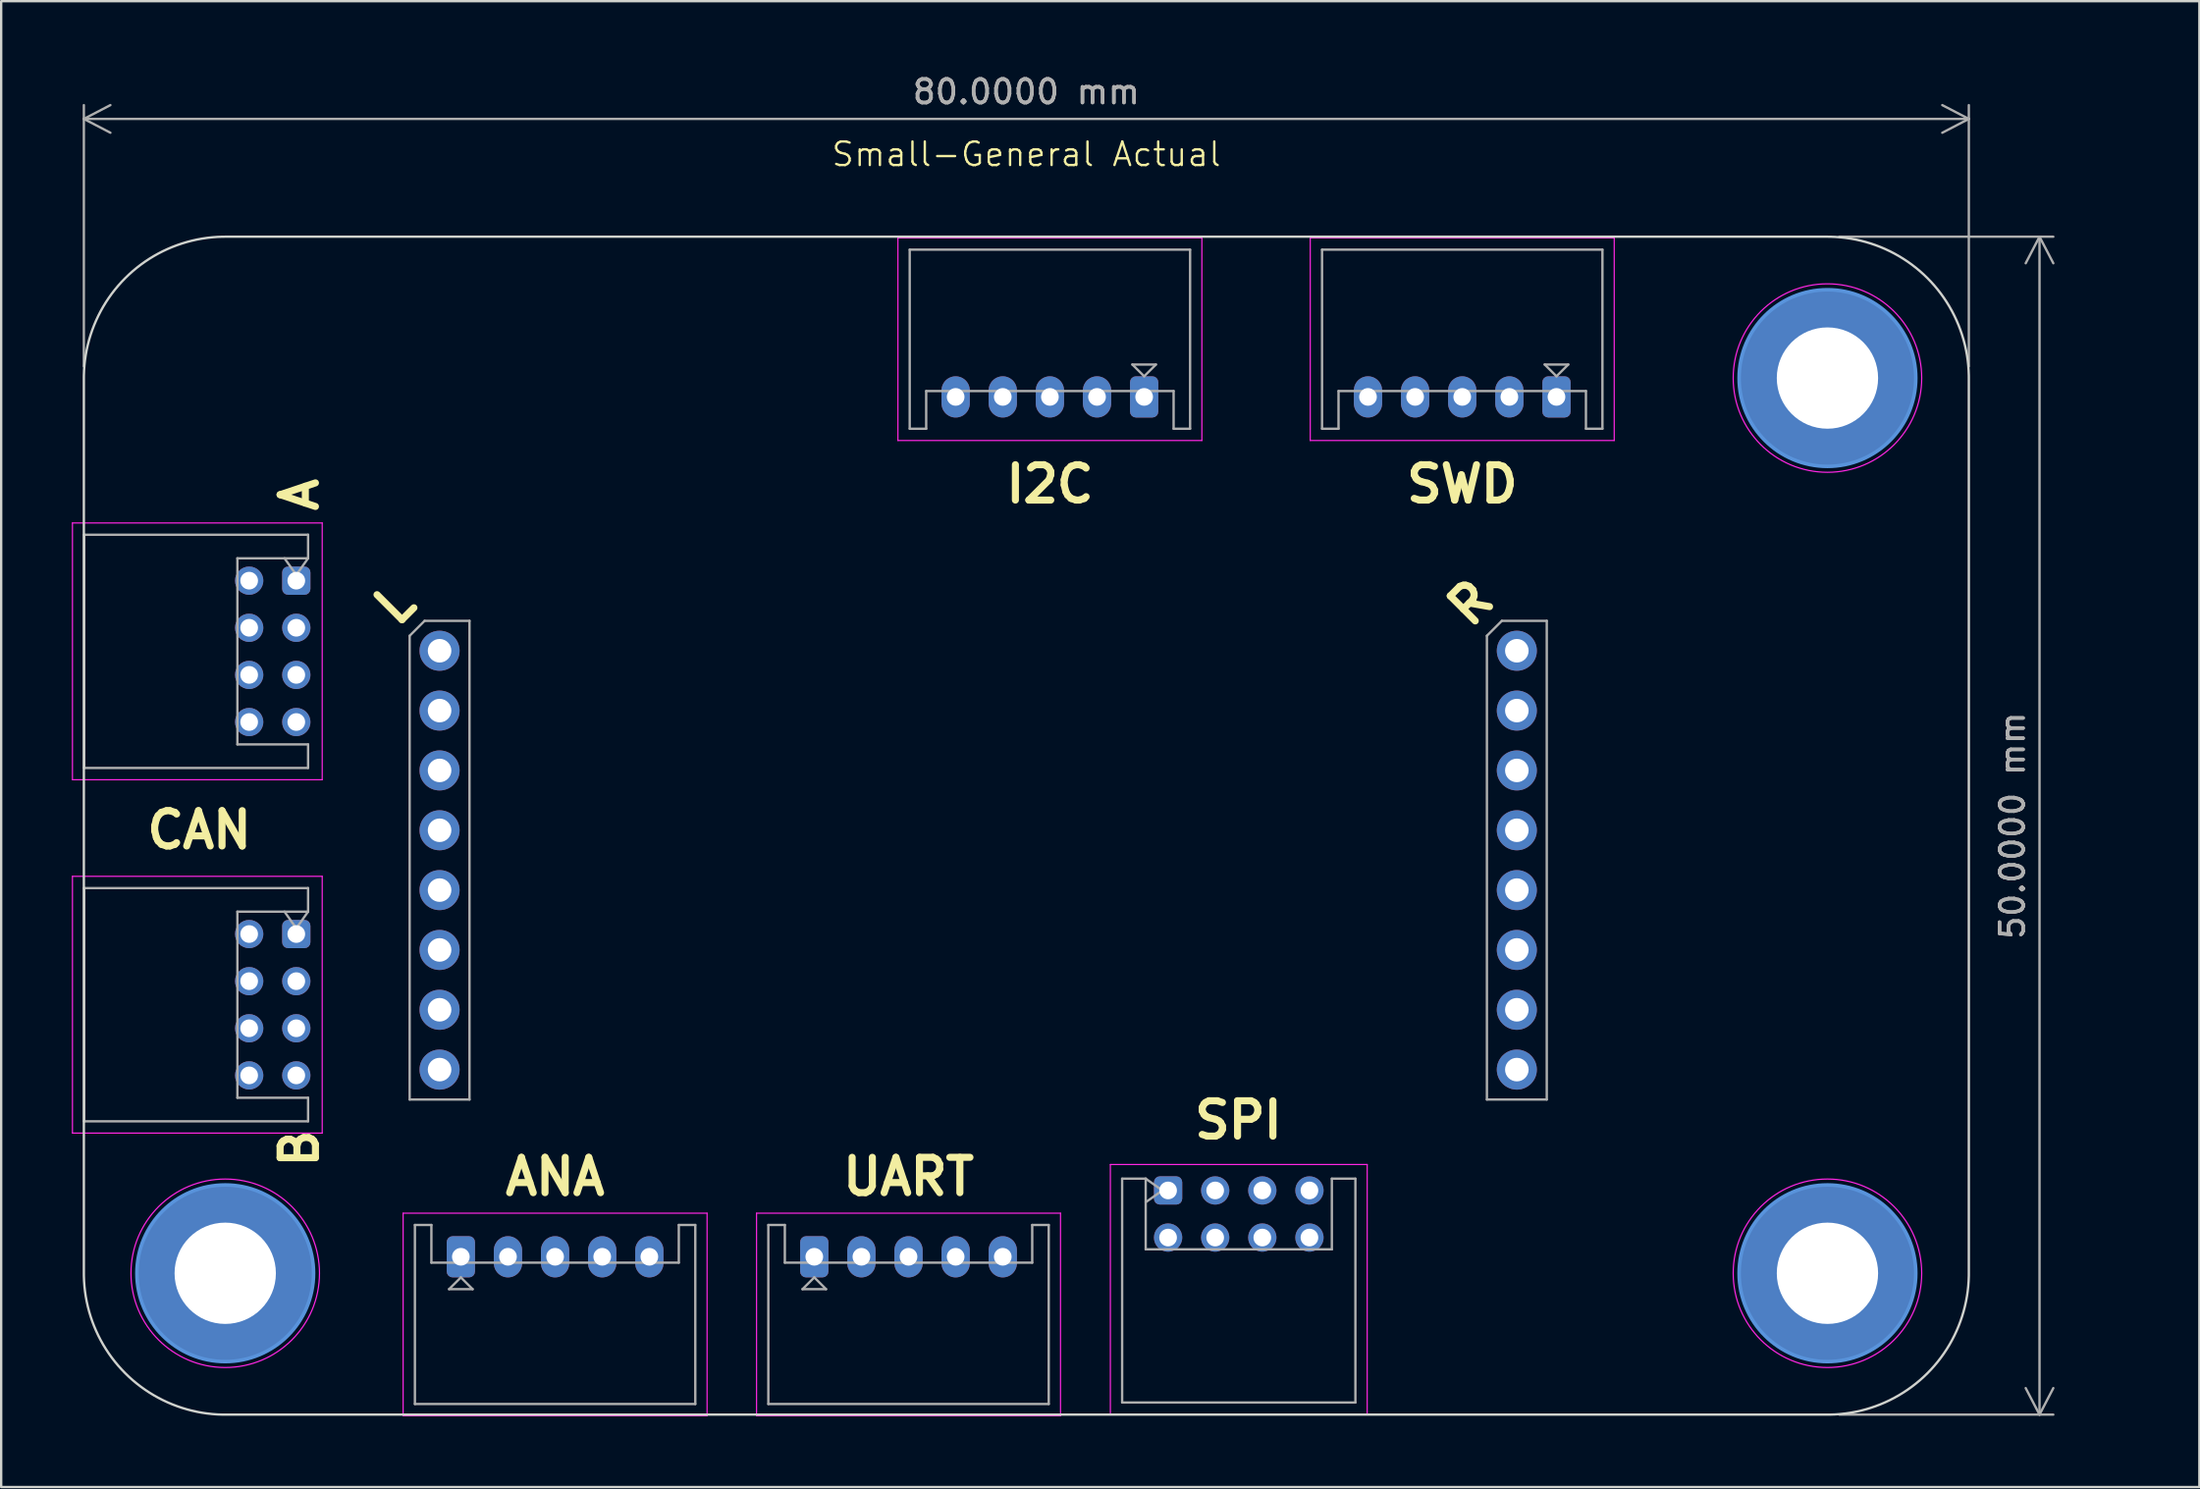
<source format=kicad_pcb>
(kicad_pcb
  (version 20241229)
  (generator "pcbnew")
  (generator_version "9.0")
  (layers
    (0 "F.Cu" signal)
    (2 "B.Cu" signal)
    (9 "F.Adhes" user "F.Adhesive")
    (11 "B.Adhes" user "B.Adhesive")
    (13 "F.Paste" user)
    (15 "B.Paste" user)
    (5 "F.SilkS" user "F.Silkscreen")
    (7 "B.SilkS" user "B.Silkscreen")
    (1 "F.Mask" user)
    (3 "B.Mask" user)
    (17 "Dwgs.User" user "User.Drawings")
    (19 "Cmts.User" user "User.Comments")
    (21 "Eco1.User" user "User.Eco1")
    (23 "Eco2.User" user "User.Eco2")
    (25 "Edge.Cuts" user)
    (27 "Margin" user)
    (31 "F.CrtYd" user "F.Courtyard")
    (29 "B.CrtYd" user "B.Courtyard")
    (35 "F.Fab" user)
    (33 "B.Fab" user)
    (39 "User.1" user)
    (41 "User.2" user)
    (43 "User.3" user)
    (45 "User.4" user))
  (footprint "Small-General Actual"
    (layer "F.Cu")
    (at 40.509 31.998)
    (property "Reference" "Small-General Actual" (at 0 -28.5 0) (unlocked yes) (layer "F.SilkS") (effects (font (size 1 1) (thickness 0.1))))
    (fp_circle (center -34 19) (end -30.25 19) (stroke (width 0.15) (type solid)) (fill no) (layer "Cmts.User"))
    (fp_circle (center 34 -19) (end 37.75 -19) (stroke (width 0.15) (type solid)) (fill no) (layer "Cmts.User"))
    (fp_circle (center 34 19) (end 37.75 19) (stroke (width 0.15) (type solid)) (fill no) (layer "Cmts.User"))
    (fp_poly (pts (arc (start -40 19) (mid -38.242641 23.242641) (end -34 25)) (arc (start 34 25) (mid 38.242641 23.242641) (end 40 19)) (arc (start 40 -19) (mid 38.242641 -23.242641) (end 34 -25)) (arc (start -34 -25) (mid -38.242641 -23.242641) (end -40 -19))) (stroke (width 0.1) (type solid)) (fill no) (layer "Edge.Cuts"))
    (fp_line (start -40.484 -12.85) (end -40.484 -1.95) (stroke (width 0.05) (type solid)) (layer "F.CrtYd"))
    (fp_line (start -40.484 -1.95) (end -29.884 -1.95) (stroke (width 0.05) (type solid)) (layer "F.CrtYd"))
    (fp_line (start -40.484 2.15) (end -40.484 13.05) (stroke (width 0.05) (type solid)) (layer "F.CrtYd"))
    (fp_line (start -40.484 13.05) (end -29.884 13.05) (stroke (width 0.05) (type solid)) (layer "F.CrtYd"))
    (fp_line (start -29.884 -12.85) (end -40.484 -12.85) (stroke (width 0.05) (type solid)) (layer "F.CrtYd"))
    (fp_line (start -29.884 -1.95) (end -29.884 -12.85) (stroke (width 0.05) (type solid)) (layer "F.CrtYd"))
    (fp_line (start -29.884 2.15) (end -40.484 2.15) (stroke (width 0.05) (type solid)) (layer "F.CrtYd"))
    (fp_line (start -29.884 13.05) (end -29.884 2.15) (stroke (width 0.05) (type solid)) (layer "F.CrtYd"))
    (fp_line (start -26.45 16.45) (end -26.45 25.05) (stroke (width 0.05) (type solid)) (layer "F.CrtYd"))
    (fp_line (start -26.45 25.05) (end -13.55 25.05) (stroke (width 0.05) (type solid)) (layer "F.CrtYd"))
    (fp_line (start -13.55 16.45) (end -26.45 16.45) (stroke (width 0.05) (type solid)) (layer "F.CrtYd"))
    (fp_line (start -13.55 25.05) (end -13.55 16.45) (stroke (width 0.05) (type solid)) (layer "F.CrtYd"))
    (fp_line (start -11.45 16.45) (end -11.45 25.05) (stroke (width 0.05) (type solid)) (layer "F.CrtYd"))
    (fp_line (start -11.45 25.05) (end 1.45 25.05) (stroke (width 0.05) (type solid)) (layer "F.CrtYd"))
    (fp_line (start -5.45 -24.95) (end -5.45 -16.35) (stroke (width 0.05) (type solid)) (layer "F.CrtYd"))
    (fp_line (start -5.45 -16.35) (end 7.45 -16.35) (stroke (width 0.05) (type solid)) (layer "F.CrtYd"))
    (fp_line (start 1.45 16.45) (end -11.45 16.45) (stroke (width 0.05) (type solid)) (layer "F.CrtYd"))
    (fp_line (start 1.45 25.05) (end 1.45 16.45) (stroke (width 0.05) (type solid)) (layer "F.CrtYd"))
    (fp_line (start 3.566 14.384) (end 3.566 24.984) (stroke (width 0.05) (type solid)) (layer "F.CrtYd"))
    (fp_line (start 3.566 24.984) (end 14.466 24.984) (stroke (width 0.05) (type solid)) (layer "F.CrtYd"))
    (fp_line (start 7.45 -24.95) (end -5.45 -24.95) (stroke (width 0.05) (type solid)) (layer "F.CrtYd"))
    (fp_line (start 7.45 -16.35) (end 7.45 -24.95) (stroke (width 0.05) (type solid)) (layer "F.CrtYd"))
    (fp_line (start 12.05 -24.95) (end 12.05 -16.35) (stroke (width 0.05) (type solid)) (layer "F.CrtYd"))
    (fp_line (start 12.05 -16.35) (end 24.95 -16.35) (stroke (width 0.05) (type solid)) (layer "F.CrtYd"))
    (fp_line (start 14.466 14.384) (end 3.566 14.384) (stroke (width 0.05) (type solid)) (layer "F.CrtYd"))
    (fp_line (start 14.466 24.984) (end 14.466 14.384) (stroke (width 0.05) (type solid)) (layer "F.CrtYd"))
    (fp_line (start 24.95 -24.95) (end 12.05 -24.95) (stroke (width 0.05) (type solid)) (layer "F.CrtYd"))
    (fp_line (start 24.95 -16.35) (end 24.95 -24.95) (stroke (width 0.05) (type solid)) (layer "F.CrtYd"))
    (fp_circle (center -34 19) (end -30 19) (stroke (width 0.05) (type solid)) (fill no) (layer "F.CrtYd"))
    (fp_circle (center 34 -19) (end 38 -19) (stroke (width 0.05) (type solid)) (fill no) (layer "F.CrtYd"))
    (fp_circle (center 34 19) (end 38 19) (stroke (width 0.05) (type solid)) (fill no) (layer "F.CrtYd"))
    (fp_line (start -39.984 -12.35) (end -30.484 -12.35) (stroke (width 0.1) (type solid)) (layer "F.Fab"))
    (fp_line (start -39.984 -2.45) (end -39.984 -12.35) (stroke (width 0.1) (type solid)) (layer "F.Fab"))
    (fp_line (start -39.984 2.65) (end -30.484 2.65) (stroke (width 0.1) (type solid)) (layer "F.Fab"))
    (fp_line (start -39.984 12.55) (end -39.984 2.65) (stroke (width 0.1) (type solid)) (layer "F.Fab"))
    (fp_line (start -33.484 -11.35) (end -33.484 -3.45) (stroke (width 0.1) (type solid)) (layer "F.Fab"))
    (fp_line (start -33.484 -3.45) (end -30.484 -3.45) (stroke (width 0.1) (type solid)) (layer "F.Fab"))
    (fp_line (start -33.484 3.65) (end -33.484 11.55) (stroke (width 0.1) (type solid)) (layer "F.Fab"))
    (fp_line (start -33.484 11.55) (end -30.484 11.55) (stroke (width 0.1) (type solid)) (layer "F.Fab"))
    (fp_line (start -30.984 -10.643) (end -31.484 -11.35) (stroke (width 0.1) (type solid)) (layer "F.Fab"))
    (fp_line (start -30.984 4.357) (end -31.484 3.65) (stroke (width 0.1) (type solid)) (layer "F.Fab"))
    (fp_line (start -30.484 -12.35) (end -30.484 -11.35) (stroke (width 0.1) (type solid)) (layer "F.Fab"))
    (fp_line (start -30.484 -11.35) (end -33.484 -11.35) (stroke (width 0.1) (type solid)) (layer "F.Fab"))
    (fp_line (start -30.484 -11.35) (end -30.984 -10.643) (stroke (width 0.1) (type solid)) (layer "F.Fab"))
    (fp_line (start -30.484 -3.45) (end -30.484 -2.45) (stroke (width 0.1) (type solid)) (layer "F.Fab"))
    (fp_line (start -30.484 -2.45) (end -39.984 -2.45) (stroke (width 0.1) (type solid)) (layer "F.Fab"))
    (fp_line (start -30.484 2.65) (end -30.484 3.65) (stroke (width 0.1) (type solid)) (layer "F.Fab"))
    (fp_line (start -30.484 3.65) (end -33.484 3.65) (stroke (width 0.1) (type solid)) (layer "F.Fab"))
    (fp_line (start -30.484 3.65) (end -30.984 4.357) (stroke (width 0.1) (type solid)) (layer "F.Fab"))
    (fp_line (start -30.484 11.55) (end -30.484 12.55) (stroke (width 0.1) (type solid)) (layer "F.Fab"))
    (fp_line (start -30.484 12.55) (end -39.984 12.55) (stroke (width 0.1) (type solid)) (layer "F.Fab"))
    (fp_line (start -26.173 -8.06) (end -25.538 -8.695) (stroke (width 0.1) (type solid)) (layer "F.Fab"))
    (fp_line (start -26.173 11.625) (end -26.173 -8.06) (stroke (width 0.1) (type solid)) (layer "F.Fab"))
    (fp_line (start -25.95 16.95) (end -25.95 24.55) (stroke (width 0.1) (type solid)) (layer "F.Fab"))
    (fp_line (start -25.95 24.55) (end -14.05 24.55) (stroke (width 0.1) (type solid)) (layer "F.Fab"))
    (fp_line (start -25.538 -8.695) (end -23.633 -8.695) (stroke (width 0.1) (type solid)) (layer "F.Fab"))
    (fp_line (start -25.25 16.95) (end -25.95 16.95) (stroke (width 0.1) (type solid)) (layer "F.Fab"))
    (fp_line (start -25.25 18.55) (end -25.25 16.95) (stroke (width 0.1) (type solid)) (layer "F.Fab"))
    (fp_line (start -24.5 19.675) (end -23.5 19.675) (stroke (width 0.1) (type solid)) (layer "F.Fab"))
    (fp_line (start -24 19.175) (end -24.5 19.675) (stroke (width 0.1) (type solid)) (layer "F.Fab"))
    (fp_line (start -23.633 -8.695) (end -23.633 11.625) (stroke (width 0.1) (type solid)) (layer "F.Fab"))
    (fp_line (start -23.633 11.625) (end -26.173 11.625) (stroke (width 0.1) (type solid)) (layer "F.Fab"))
    (fp_line (start -23.5 19.675) (end -24 19.175) (stroke (width 0.1) (type solid)) (layer "F.Fab"))
    (fp_line (start -14.75 16.95) (end -14.75 18.55) (stroke (width 0.1) (type solid)) (layer "F.Fab"))
    (fp_line (start -14.75 18.55) (end -25.25 18.55) (stroke (width 0.1) (type solid)) (layer "F.Fab"))
    (fp_line (start -14.05 16.95) (end -14.75 16.95) (stroke (width 0.1) (type solid)) (layer "F.Fab"))
    (fp_line (start -14.05 24.55) (end -14.05 16.95) (stroke (width 0.1) (type solid)) (layer "F.Fab"))
    (fp_line (start -10.95 16.95) (end -10.95 24.55) (stroke (width 0.1) (type solid)) (layer "F.Fab"))
    (fp_line (start -10.95 24.55) (end 0.95 24.55) (stroke (width 0.1) (type solid)) (layer "F.Fab"))
    (fp_line (start -10.25 16.95) (end -10.95 16.95) (stroke (width 0.1) (type solid)) (layer "F.Fab"))
    (fp_line (start -10.25 18.55) (end -10.25 16.95) (stroke (width 0.1) (type solid)) (layer "F.Fab"))
    (fp_line (start -9.5 19.675) (end -8.5 19.675) (stroke (width 0.1) (type solid)) (layer "F.Fab"))
    (fp_line (start -9 19.175) (end -9.5 19.675) (stroke (width 0.1) (type solid)) (layer "F.Fab"))
    (fp_line (start -8.5 19.675) (end -9 19.175) (stroke (width 0.1) (type solid)) (layer "F.Fab"))
    (fp_line (start -4.95 -24.45) (end -4.95 -16.85) (stroke (width 0.1) (type solid)) (layer "F.Fab"))
    (fp_line (start -4.95 -16.85) (end -4.25 -16.85) (stroke (width 0.1) (type solid)) (layer "F.Fab"))
    (fp_line (start -4.25 -18.45) (end 6.25 -18.45) (stroke (width 0.1) (type solid)) (layer "F.Fab"))
    (fp_line (start -4.25 -16.85) (end -4.25 -18.45) (stroke (width 0.1) (type solid)) (layer "F.Fab"))
    (fp_line (start 0.25 16.95) (end 0.25 18.55) (stroke (width 0.1) (type solid)) (layer "F.Fab"))
    (fp_line (start 0.25 18.55) (end -10.25 18.55) (stroke (width 0.1) (type solid)) (layer "F.Fab"))
    (fp_line (start 0.95 16.95) (end 0.25 16.95) (stroke (width 0.1) (type solid)) (layer "F.Fab"))
    (fp_line (start 0.95 24.55) (end 0.95 16.95) (stroke (width 0.1) (type solid)) (layer "F.Fab"))
    (fp_line (start 4.066 14.984) (end 5.066 14.984) (stroke (width 0.1) (type solid)) (layer "F.Fab"))
    (fp_line (start 4.066 24.484) (end 4.066 14.984) (stroke (width 0.1) (type solid)) (layer "F.Fab"))
    (fp_line (start 4.5 -19.575) (end 5 -19.075) (stroke (width 0.1) (type solid)) (layer "F.Fab"))
    (fp_line (start 5 -19.075) (end 5.5 -19.575) (stroke (width 0.1) (type solid)) (layer "F.Fab"))
    (fp_line (start 5.066 14.984) (end 5.066 17.984) (stroke (width 0.1) (type solid)) (layer "F.Fab"))
    (fp_line (start 5.066 14.984) (end 5.773 15.484) (stroke (width 0.1) (type solid)) (layer "F.Fab"))
    (fp_line (start 5.066 17.984) (end 12.966 17.984) (stroke (width 0.1) (type solid)) (layer "F.Fab"))
    (fp_line (start 5.5 -19.575) (end 4.5 -19.575) (stroke (width 0.1) (type solid)) (layer "F.Fab"))
    (fp_line (start 5.773 15.484) (end 5.066 15.984) (stroke (width 0.1) (type solid)) (layer "F.Fab"))
    (fp_line (start 6.25 -18.45) (end 6.25 -16.85) (stroke (width 0.1) (type solid)) (layer "F.Fab"))
    (fp_line (start 6.25 -16.85) (end 6.95 -16.85) (stroke (width 0.1) (type solid)) (layer "F.Fab"))
    (fp_line (start 6.95 -24.45) (end -4.95 -24.45) (stroke (width 0.1) (type solid)) (layer "F.Fab"))
    (fp_line (start 6.95 -16.85) (end 6.95 -24.45) (stroke (width 0.1) (type solid)) (layer "F.Fab"))
    (fp_line (start 12.55 -24.45) (end 12.55 -16.85) (stroke (width 0.1) (type solid)) (layer "F.Fab"))
    (fp_line (start 12.55 -16.85) (end 13.25 -16.85) (stroke (width 0.1) (type solid)) (layer "F.Fab"))
    (fp_line (start 12.966 14.984) (end 13.966 14.984) (stroke (width 0.1) (type solid)) (layer "F.Fab"))
    (fp_line (start 12.966 17.984) (end 12.966 14.984) (stroke (width 0.1) (type solid)) (layer "F.Fab"))
    (fp_line (start 13.25 -18.45) (end 23.75 -18.45) (stroke (width 0.1) (type solid)) (layer "F.Fab"))
    (fp_line (start 13.25 -16.85) (end 13.25 -18.45) (stroke (width 0.1) (type solid)) (layer "F.Fab"))
    (fp_line (start 13.966 14.984) (end 13.966 24.484) (stroke (width 0.1) (type solid)) (layer "F.Fab"))
    (fp_line (start 13.966 24.484) (end 4.066 24.484) (stroke (width 0.1) (type solid)) (layer "F.Fab"))
    (fp_line (start 19.547 -8.06) (end 20.182 -8.695) (stroke (width 0.1) (type solid)) (layer "F.Fab"))
    (fp_line (start 19.547 11.625) (end 19.547 -8.06) (stroke (width 0.1) (type solid)) (layer "F.Fab"))
    (fp_line (start 20.182 -8.695) (end 22.087 -8.695) (stroke (width 0.1) (type solid)) (layer "F.Fab"))
    (fp_line (start 22 -19.575) (end 22.5 -19.075) (stroke (width 0.1) (type solid)) (layer "F.Fab"))
    (fp_line (start 22.087 -8.695) (end 22.087 11.625) (stroke (width 0.1) (type solid)) (layer "F.Fab"))
    (fp_line (start 22.087 11.625) (end 19.547 11.625) (stroke (width 0.1) (type solid)) (layer "F.Fab"))
    (fp_line (start 22.5 -19.075) (end 23 -19.575) (stroke (width 0.1) (type solid)) (layer "F.Fab"))
    (fp_line (start 23 -19.575) (end 22 -19.575) (stroke (width 0.1) (type solid)) (layer "F.Fab"))
    (fp_line (start 23.75 -18.45) (end 23.75 -16.85) (stroke (width 0.1) (type solid)) (layer "F.Fab"))
    (fp_line (start 23.75 -16.85) (end 24.45 -16.85) (stroke (width 0.1) (type solid)) (layer "F.Fab"))
    (fp_line (start 24.45 -24.45) (end 12.55 -24.45) (stroke (width 0.1) (type solid)) (layer "F.Fab"))
    (fp_line (start 24.45 -16.85) (end 24.45 -24.45) (stroke (width 0.1) (type solid)) (layer "F.Fab"))
    (fp_line (start -34 -19) (end 34 19) (stroke (width 0.1) (type default)) (layer "User.1"))
    (fp_line (start -33.016 -4.431) (end -30.984 -10.4) (stroke (width 0.1) (type default)) (layer "User.1"))
    (fp_line (start -33.016 10.569) (end -30.984 4.6) (stroke (width 0.1) (type default)) (layer "User.1"))
    (fp_line (start -30.984 -4.431) (end -33.016 -10.4) (stroke (width 0.1) (type default)) (layer "User.1"))
    (fp_line (start -30.984 10.569) (end -33.016 4.6) (stroke (width 0.1) (type default)) (layer "User.1"))
    (fp_line (start 11.985 15.484) (end 6.016 17.516) (stroke (width 0.1) (type default)) (layer "User.1"))
    (fp_line (start 11.985 17.516) (end 6.016 15.484) (stroke (width 0.1) (type default)) (layer "User.1"))
    (fp_line (start 34 -19) (end -34 19) (stroke (width 0.1) (type default)) (layer "User.1"))
    (fp_rect (start -40 -19) (end -34 -25) (stroke (width 0.1) (type default)) (fill no) (layer "User.1"))
    (fp_rect (start -40 25) (end -34 19) (stroke (width 0.1) (type default)) (fill no) (layer "User.1"))
    (fp_rect (start 34 -19) (end 40 -25) (stroke (width 0.1) (type default)) (fill no) (layer "User.1"))
    (fp_rect (start 34 25) (end 40 19) (stroke (width 0.1) (type default)) (fill no) (layer "User.1"))
    (fp_text user "ANA" (at -20 14.9 0) (unlocked yes) (layer "F.SilkS") (effects (font (size 1.5 1.5) (thickness 0.3) (bold yes))))
    (fp_text user "A" (at -30.85 -14.05 90) (unlocked yes) (layer "F.SilkS") (effects (font (size 1.5 1.5) (thickness 0.3) (bold yes))))
    (fp_text user "CAN" (at -35.1 0.184 0) (unlocked yes) (layer "F.SilkS") (effects (font (size 1.5 1.5) (thickness 0.3) (bold yes))))
    (fp_text user "L" (at -26.8 -9.4 45) (unlocked yes) (layer "F.SilkS") (effects (font (size 1.5 1.5) (thickness 0.3) (bold yes))))
    (fp_text user "UART" (at -5 14.9 0) (unlocked yes) (layer "F.SilkS") (effects (font (size 1.5 1.5) (thickness 0.3) (bold yes))))
    (fp_text user "B" (at -30.85 13.7 90) (unlocked yes) (layer "F.SilkS") (effects (font (size 1.5 1.5) (thickness 0.3) (bold yes))))
    (fp_text user "R" (at 18.85 -9.45 45) (unlocked yes) (layer "F.SilkS") (effects (font (size 1.5 1.5) (thickness 0.3) (bold yes))))
    (fp_text user "SPI" (at 9 12.5 0) (unlocked yes) (layer "F.SilkS") (effects (font (size 1.5 1.5) (thickness 0.3) (bold yes))))
    (fp_text user "SWD" (at 18.5 -14.5 0) (unlocked yes) (layer "F.SilkS") (effects (font (size 1.5 1.5) (thickness 0.3) (bold yes))))
    (fp_text user "I2C" (at 1 -14.5 0) (unlocked yes) (layer "F.SilkS") (effects (font (size 1.5 1.5) (thickness 0.3) (bold yes))))
    (dimension (type orthogonal) (layer "F.Fab") (pts (xy 0.509 12.998) (xy 80.509 12.998)) (height -11) (orientation 0) (format (prefix "") (suffix "") (units 3) (units_format 1) (precision 4)) (style (thickness 0.1) (arrow_length 1.27) (text_position_mode 0) (arrow_direction outward) (extension_height 0.586) (extension_offset 0.5) (keep_text_aligned yes)) (gr_text "80.0000 mm" (at 40.509 0.848 0) (layer "F.Fab") (effects (font (size 1 1) (thickness 0.15)))))
    (dimension (type orthogonal) (layer "F.Fab") (pts (xy 74.509 6.998) (xy 74.509 56.998)) (height 9) (orientation 1) (format (prefix "") (suffix "") (units 3) (units_format 1) (precision 4)) (style (thickness 0.1) (arrow_length 1.27) (text_position_mode 0) (arrow_direction outward) (extension_height 0.586) (extension_offset 0.5) (keep_text_aligned yes)) (gr_text "50.0000 mm" (at 82.359 31.998 90) (layer "F.Fab") (effects (font (size 1 1) (thickness 0.15)))))
    (pad "A1" thru_hole circle (at -32.984 -10.4 270) (size 1.2 1.2) (drill 0.75) (layers "*.Cu" "*.Mask"))
    (pad "A2" thru_hole circle (at -32.984 -8.4 270) (size 1.2 1.2) (drill 0.75) (layers "*.Cu" "*.Mask"))
    (pad "A3" thru_hole circle (at -32.984 -6.4 270) (size 1.2 1.2) (drill 0.75) (layers "*.Cu" "*.Mask"))
    (pad "A4" thru_hole circle (at -32.984 -4.4 270) (size 1.2 1.2) (drill 0.75) (layers "*.Cu" "*.Mask"))
    (pad "A5" thru_hole roundrect (at -30.984 -10.4 270) (size 1.2 1.2) (drill 0.75) (layers "*.Cu" "*.Mask") (roundrect_rratio 0.208))
    (pad "A6" thru_hole circle (at -30.984 -8.4 270) (size 1.2 1.2) (drill 0.75) (layers "*.Cu" "*.Mask"))
    (pad "A7" thru_hole circle (at -30.984 -6.4 270) (size 1.2 1.2) (drill 0.75) (layers "*.Cu" "*.Mask"))
    (pad "A8" thru_hole circle (at -30.984 -4.4 270) (size 1.2 1.2) (drill 0.75) (layers "*.Cu" "*.Mask"))
    (pad "B1" thru_hole circle (at -32.984 4.6 270) (size 1.2 1.2) (drill 0.75) (layers "*.Cu" "*.Mask"))
    (pad "B2" thru_hole circle (at -32.984 6.6 270) (size 1.2 1.2) (drill 0.75) (layers "*.Cu" "*.Mask"))
    (pad "B3" thru_hole circle (at -32.984 8.6 270) (size 1.2 1.2) (drill 0.75) (layers "*.Cu" "*.Mask"))
    (pad "B4" thru_hole circle (at -32.984 10.6 270) (size 1.2 1.2) (drill 0.75) (layers "*.Cu" "*.Mask"))
    (pad "B5" thru_hole roundrect (at -30.984 4.6 270) (size 1.2 1.2) (drill 0.75) (layers "*.Cu" "*.Mask") (roundrect_rratio 0.208))
    (pad "B6" thru_hole circle (at -30.984 6.6 270) (size 1.2 1.2) (drill 0.75) (layers "*.Cu" "*.Mask"))
    (pad "B7" thru_hole circle (at -30.984 8.6 270) (size 1.2 1.2) (drill 0.75) (layers "*.Cu" "*.Mask"))
    (pad "B8" thru_hole circle (at -30.984 10.6 270) (size 1.2 1.2) (drill 0.75) (layers "*.Cu" "*.Mask"))
    (pad "C1" thru_hole roundrect (at -24 18.3) (size 1.2 1.75) (drill 0.75) (layers "*.Cu" "*.Mask") (roundrect_rratio 0.208))
    (pad "C2" thru_hole oval (at -22 18.3) (size 1.2 1.75) (drill 0.75) (layers "*.Cu" "*.Mask"))
    (pad "C3" thru_hole oval (at -20 18.3) (size 1.2 1.75) (drill 0.75) (layers "*.Cu" "*.Mask"))
    (pad "C4" thru_hole oval (at -18 18.3) (size 1.2 1.75) (drill 0.75) (layers "*.Cu" "*.Mask"))
    (pad "C5" thru_hole oval (at -16 18.3) (size 1.2 1.75) (drill 0.75) (layers "*.Cu" "*.Mask"))
    (pad "D1" thru_hole roundrect (at -9 18.3) (size 1.2 1.75) (drill 0.75) (layers "*.Cu" "*.Mask") (roundrect_rratio 0.208))
    (pad "D2" thru_hole oval (at -7 18.3) (size 1.2 1.75) (drill 0.75) (layers "*.Cu" "*.Mask"))
    (pad "D3" thru_hole oval (at -5 18.3) (size 1.2 1.75) (drill 0.75) (layers "*.Cu" "*.Mask"))
    (pad "D4" thru_hole oval (at -3 18.3) (size 1.2 1.75) (drill 0.75) (layers "*.Cu" "*.Mask"))
    (pad "D5" thru_hole oval (at -1 18.3) (size 1.2 1.75) (drill 0.75) (layers "*.Cu" "*.Mask"))
    (pad "E1" thru_hole roundrect (at 6.016 15.484) (size 1.2 1.2) (drill 0.75) (layers "*.Cu" "*.Mask") (roundrect_rratio 0.208))
    (pad "E2" thru_hole circle (at 8.015 15.484) (size 1.2 1.2) (drill 0.75) (layers "*.Cu" "*.Mask"))
    (pad "E3" thru_hole circle (at 10.015 15.484) (size 1.2 1.2) (drill 0.75) (layers "*.Cu" "*.Mask"))
    (pad "E4" thru_hole circle (at 12.015 15.484) (size 1.2 1.2) (drill 0.75) (layers "*.Cu" "*.Mask"))
    (pad "E5" thru_hole circle (at 6.016 17.484) (size 1.2 1.2) (drill 0.75) (layers "*.Cu" "*.Mask"))
    (pad "E6" thru_hole circle (at 8.015 17.484) (size 1.2 1.2) (drill 0.75) (layers "*.Cu" "*.Mask"))
    (pad "E7" thru_hole circle (at 10.015 17.484) (size 1.2 1.2) (drill 0.75) (layers "*.Cu" "*.Mask"))
    (pad "E8" thru_hole circle (at 12.015 17.484) (size 1.2 1.2) (drill 0.75) (layers "*.Cu" "*.Mask"))
    (pad "F1" thru_hole roundrect (at 5 -18.2 180) (size 1.2 1.75) (drill 0.75) (layers "*.Cu" "*.Mask") (roundrect_rratio 0.208))
    (pad "F2" thru_hole oval (at 3 -18.2 180) (size 1.2 1.75) (drill 0.75) (layers "*.Cu" "*.Mask"))
    (pad "F3" thru_hole oval (at 1 -18.2 180) (size 1.2 1.75) (drill 0.75) (layers "*.Cu" "*.Mask"))
    (pad "F4" thru_hole oval (at -1 -18.2 180) (size 1.2 1.75) (drill 0.75) (layers "*.Cu" "*.Mask"))
    (pad "F5" thru_hole oval (at -3 -18.2 180) (size 1.2 1.75) (drill 0.75) (layers "*.Cu" "*.Mask"))
    (pad "G" thru_hole circle (at -34 19) (size 4.7 4.7) (drill 4.3) (layers "*.Cu" "*.Mask"))
    (pad "G" connect circle (at -34 19) (size 7.5 7.5) (layers "F.Cu" "F.Mask"))
    (pad "G" connect circle (at -34 19) (size 7.5 7.5) (layers "B.Cu" "B.Mask"))
    (pad "G" thru_hole circle (at 34 -19) (size 4.7 4.7) (drill 4.3) (layers "*.Cu" "*.Mask"))
    (pad "G" connect circle (at 34 -19) (size 7.5 7.5) (layers "F.Cu" "F.Mask"))
    (pad "G" connect circle (at 34 -19) (size 7.5 7.5) (layers "B.Cu" "B.Mask"))
    (pad "G" thru_hole circle (at 34 19) (size 4.7 4.7) (drill 4.3) (layers "*.Cu" "*.Mask"))
    (pad "G" connect circle (at 34 19) (size 7.5 7.5) (layers "F.Cu" "F.Mask"))
    (pad "G" connect circle (at 34 19) (size 7.5 7.5) (layers "B.Cu" "B.Mask"))
    (pad "G1" thru_hole roundrect (at 22.5 -18.2 180) (size 1.2 1.75) (drill 0.75) (layers "*.Cu" "*.Mask") (roundrect_rratio 0.208))
    (pad "G2" thru_hole oval (at 20.5 -18.2 180) (size 1.2 1.75) (drill 0.75) (layers "*.Cu" "*.Mask"))
    (pad "G3" thru_hole oval (at 18.5 -18.2 180) (size 1.2 1.75) (drill 0.75) (layers "*.Cu" "*.Mask"))
    (pad "G4" thru_hole oval (at 16.5 -18.2 180) (size 1.2 1.75) (drill 0.75) (layers "*.Cu" "*.Mask"))
    (pad "G5" thru_hole oval (at 14.5 -18.2 180) (size 1.2 1.75) (drill 0.75) (layers "*.Cu" "*.Mask"))
    (pad "L1" thru_hole oval (at -24.903 -7.425) (size 1.7 1.7) (drill 1) (layers "*.Cu" "*.Mask"))
    (pad "L2" thru_hole oval (at -24.903 -4.885) (size 1.7 1.7) (drill 1) (layers "*.Cu" "*.Mask"))
    (pad "L3" thru_hole oval (at -24.903 -2.345) (size 1.7 1.7) (drill 1) (layers "*.Cu" "*.Mask"))
    (pad "L4" thru_hole oval (at -24.903 0.195) (size 1.7 1.7) (drill 1) (layers "*.Cu" "*.Mask"))
    (pad "L5" thru_hole oval (at -24.903 2.735) (size 1.7 1.7) (drill 1) (layers "*.Cu" "*.Mask"))
    (pad "L6" thru_hole oval (at -24.903 5.275) (size 1.7 1.7) (drill 1) (layers "*.Cu" "*.Mask"))
    (pad "L7" thru_hole oval (at -24.903 7.815) (size 1.7 1.7) (drill 1) (layers "*.Cu" "*.Mask"))
    (pad "L8" thru_hole oval (at -24.903 10.355) (size 1.7 1.7) (drill 1) (layers "*.Cu" "*.Mask"))
    (pad "R1" thru_hole oval (at 20.817 -7.425) (size 1.7 1.7) (drill 1) (layers "*.Cu" "*.Mask"))
    (pad "R2" thru_hole oval (at 20.817 -4.885) (size 1.7 1.7) (drill 1) (layers "*.Cu" "*.Mask"))
    (pad "R3" thru_hole oval (at 20.817 -2.345) (size 1.7 1.7) (drill 1) (layers "*.Cu" "*.Mask"))
    (pad "R4" thru_hole oval (at 20.817 0.195) (size 1.7 1.7) (drill 1) (layers "*.Cu" "*.Mask"))
    (pad "R5" thru_hole oval (at 20.817 2.735) (size 1.7 1.7) (drill 1) (layers "*.Cu" "*.Mask"))
    (pad "R6" thru_hole oval (at 20.817 5.275) (size 1.7 1.7) (drill 1) (layers "*.Cu" "*.Mask"))
    (pad "R7" thru_hole oval (at 20.817 7.815) (size 1.7 1.7) (drill 1) (layers "*.Cu" "*.Mask"))
    (pad "R8" thru_hole oval (at 20.817 10.355) (size 1.7 1.7) (drill 1) (layers "*.Cu" "*.Mask")))
  (gr_rect
    (start -3 -3)
    (end 90.294 60.073)
    (stroke (width 0.1) (type default))
    (fill no)
    (layer "Edge.Cuts")))
</source>
